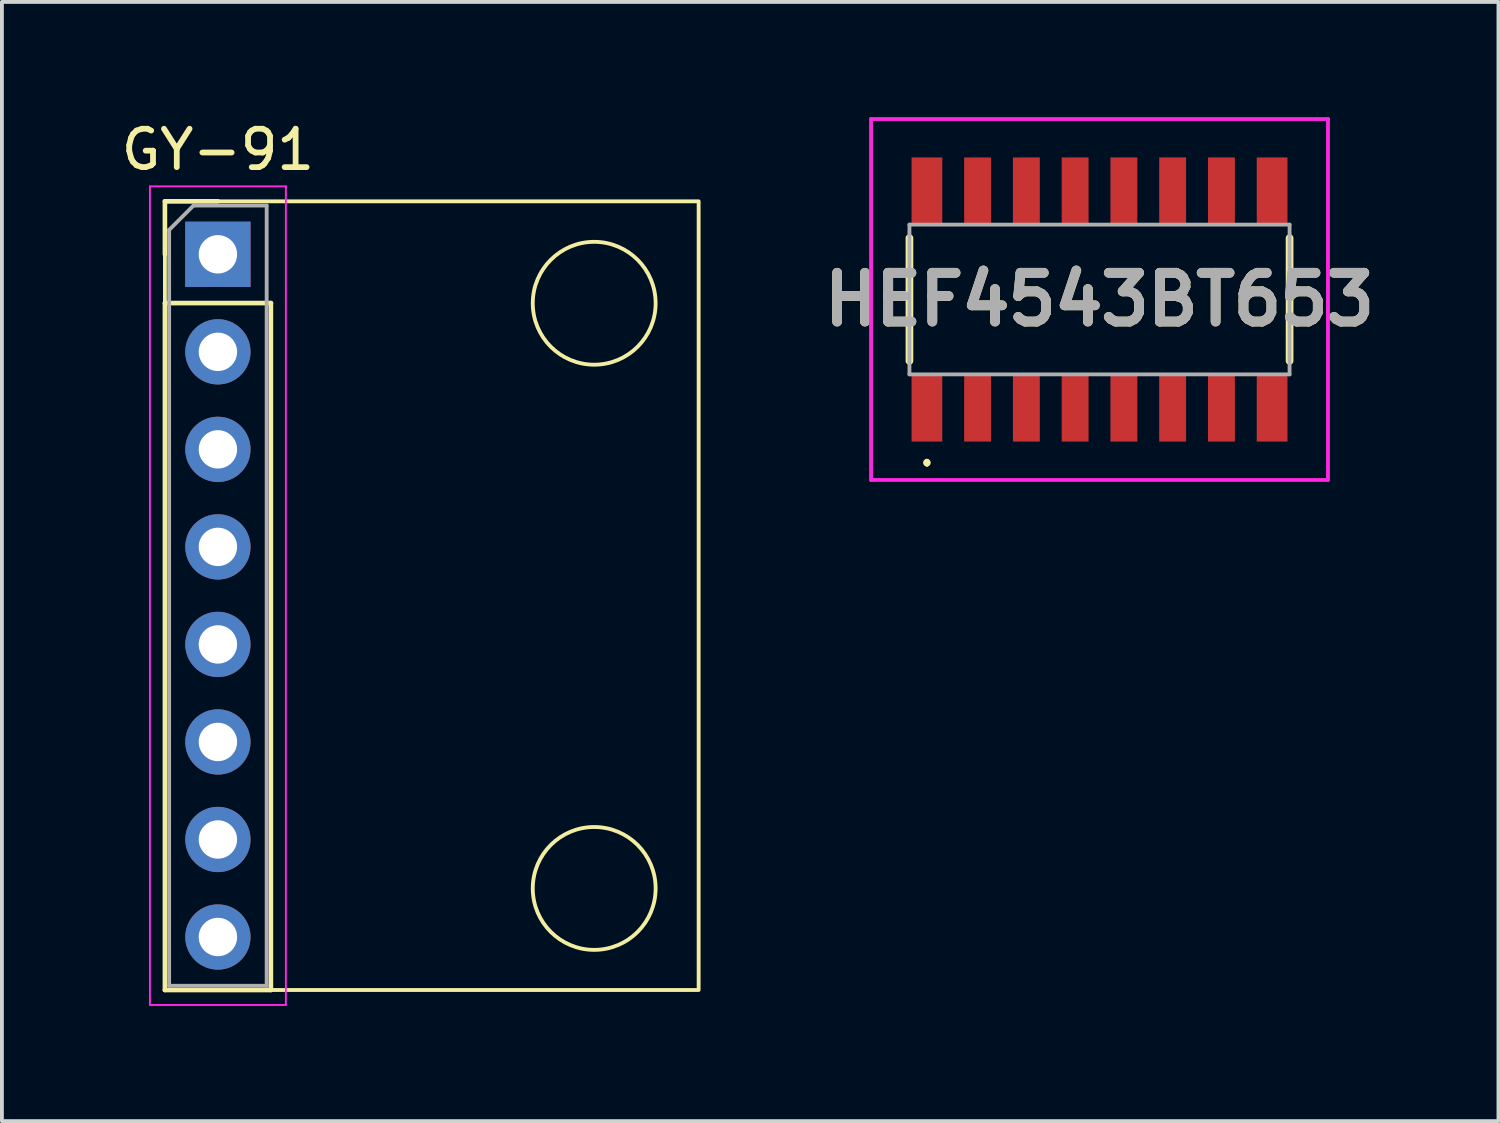
<source format=kicad_pcb>
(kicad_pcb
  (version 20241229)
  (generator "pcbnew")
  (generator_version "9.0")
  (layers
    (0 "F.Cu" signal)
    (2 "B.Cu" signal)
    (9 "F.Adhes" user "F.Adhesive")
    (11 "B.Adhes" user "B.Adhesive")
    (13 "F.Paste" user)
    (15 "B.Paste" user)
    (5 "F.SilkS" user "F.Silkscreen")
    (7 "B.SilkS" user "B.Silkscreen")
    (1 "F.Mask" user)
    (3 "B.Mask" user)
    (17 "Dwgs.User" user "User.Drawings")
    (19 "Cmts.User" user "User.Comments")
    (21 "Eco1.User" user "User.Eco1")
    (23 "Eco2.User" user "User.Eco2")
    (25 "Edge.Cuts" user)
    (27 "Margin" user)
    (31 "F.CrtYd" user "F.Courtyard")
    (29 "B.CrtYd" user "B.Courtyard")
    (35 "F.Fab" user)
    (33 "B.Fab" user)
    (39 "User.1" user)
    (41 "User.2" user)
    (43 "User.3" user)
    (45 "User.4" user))
  (footprint "HEF4543BT653"
    (layer "F.Cu")
    (at 25.585 4.75)
    (property "Reference" "HEF4543BT653" (at 0 0 0) (layer "F.SilkS") (effects (font (size 1.27 1.27) (thickness 0.254))))
    (attr smd)
    (fp_line (start -4.95 -1.6) (end -4.95 1.6) (stroke (width 0.2) (type solid)) (layer "F.SilkS"))
    (fp_line (start -4.495 4.2) (end -4.495 4.2) (stroke (width 0.1) (type solid)) (layer "F.SilkS"))
    (fp_line (start -4.495 4.3) (end -4.495 4.3) (stroke (width 0.1) (type solid)) (layer "F.SilkS"))
    (fp_line (start 4.95 -1.6) (end 4.95 1.6) (stroke (width 0.2) (type solid)) (layer "F.SilkS"))
    (fp_arc (start -4.495 4.2) (mid -4.445 4.25) (end -4.495 4.3) (stroke (width 0.1) (type solid)) (layer "F.SilkS"))
    (fp_arc (start -4.495 4.3) (mid -4.545 4.25) (end -4.495 4.2) (stroke (width 0.1) (type solid)) (layer "F.SilkS"))
    (fp_line (start -5.95 -4.7) (end 5.95 -4.7) (stroke (width 0.1) (type solid)) (layer "F.CrtYd"))
    (fp_line (start -5.95 4.7) (end -5.95 -4.7) (stroke (width 0.1) (type solid)) (layer "F.CrtYd"))
    (fp_line (start 5.95 -4.7) (end 5.95 4.7) (stroke (width 0.1) (type solid)) (layer "F.CrtYd"))
    (fp_line (start 5.95 4.7) (end -5.95 4.7) (stroke (width 0.1) (type solid)) (layer "F.CrtYd"))
    (fp_line (start -4.95 -1.95) (end 4.95 -1.95) (stroke (width 0.1) (type solid)) (layer "F.Fab"))
    (fp_line (start -4.95 1.95) (end -4.95 -1.95) (stroke (width 0.1) (type solid)) (layer "F.Fab"))
    (fp_line (start 4.95 -1.95) (end 4.95 1.95) (stroke (width 0.1) (type solid)) (layer "F.Fab"))
    (fp_line (start 4.95 1.95) (end -4.95 1.95) (stroke (width 0.1) (type solid)) (layer "F.Fab"))
    (fp_text user "${REFERENCE}" (at 0 0 0) (layer "F.Fab") (effects (font (size 1.27 1.27) (thickness 0.254))))
    (pad "1" smd rect (at -4.495 2.825) (size 0.8 1.75) (layers "F.Cu" "F.Mask" "F.Paste"))
    (pad "2" smd rect (at -3.175 2.825) (size 0.7 1.75) (layers "F.Cu" "F.Mask" "F.Paste"))
    (pad "3" smd rect (at -1.905 2.825) (size 0.7 1.75) (layers "F.Cu" "F.Mask" "F.Paste"))
    (pad "4" smd rect (at -0.635 2.825) (size 0.7 1.75) (layers "F.Cu" "F.Mask" "F.Paste"))
    (pad "5" smd rect (at 0.635 2.825) (size 0.7 1.75) (layers "F.Cu" "F.Mask" "F.Paste"))
    (pad "6" smd rect (at 1.905 2.825) (size 0.7 1.75) (layers "F.Cu" "F.Mask" "F.Paste"))
    (pad "7" smd rect (at 3.175 2.825) (size 0.7 1.75) (layers "F.Cu" "F.Mask" "F.Paste"))
    (pad "8" smd rect (at 4.495 2.825) (size 0.8 1.75) (layers "F.Cu" "F.Mask" "F.Paste"))
    (pad "9" smd rect (at 4.495 -2.825) (size 0.8 1.75) (layers "F.Cu" "F.Mask" "F.Paste"))
    (pad "10" smd rect (at 3.175 -2.825) (size 0.7 1.75) (layers "F.Cu" "F.Mask" "F.Paste"))
    (pad "11" smd rect (at 1.905 -2.825) (size 0.7 1.75) (layers "F.Cu" "F.Mask" "F.Paste"))
    (pad "12" smd rect (at 0.635 -2.825) (size 0.7 1.75) (layers "F.Cu" "F.Mask" "F.Paste"))
    (pad "13" smd rect (at -0.635 -2.825) (size 0.7 1.75) (layers "F.Cu" "F.Mask" "F.Paste"))
    (pad "14" smd rect (at -1.905 -2.825) (size 0.7 1.75) (layers "F.Cu" "F.Mask" "F.Paste"))
    (pad "15" smd rect (at -3.175 -2.825) (size 0.7 1.75) (layers "F.Cu" "F.Mask" "F.Paste"))
    (pad "16" smd rect (at -4.495 -2.825) (size 0.8 1.75) (layers "F.Cu" "F.Mask" "F.Paste")))
  (footprint "GY-91"
    (layer "F.Cu")
    (at 2.625 2.248)
    (property "Reference" "GY-91" (at 0 -1.4 0) (layer "F.SilkS") (effects (font (size 1 1) (thickness 0.15))))
    (attr through_hole)
    (fp_line (start -1.38 -0.055) (end 0 -0.055) (stroke (width 0.12) (type solid)) (layer "F.SilkS"))
    (fp_line (start -1.38 1.325) (end -1.38 -0.055) (stroke (width 0.12) (type solid)) (layer "F.SilkS"))
    (fp_line (start -1.38 2.595) (end -1.38 20.485) (stroke (width 0.12) (type solid)) (layer "F.SilkS"))
    (fp_line (start -1.38 2.595) (end 1.38 2.595) (stroke (width 0.12) (type solid)) (layer "F.SilkS"))
    (fp_line (start -1.38 20.485) (end 1.38 20.485) (stroke (width 0.12) (type solid)) (layer "F.SilkS"))
    (fp_line (start 1.38 2.595) (end 1.38 20.485) (stroke (width 0.12) (type solid)) (layer "F.SilkS"))
    (fp_rect (start -1.38 -0.055) (end 12.52 20.485) (stroke (width 0.1) (type solid)) (fill no) (layer "F.SilkS"))
    (fp_circle (center 9.8 2.6) (end 9.8 1) (stroke (width 0.1) (type default)) (fill no) (layer "F.SilkS"))
    (fp_circle (center 9.8 17.84) (end 9.8 16.24) (stroke (width 0.1) (type default)) (fill no) (layer "F.SilkS"))
    (fp_line (start -1.77 -0.445) (end -1.77 20.875) (stroke (width 0.05) (type solid)) (layer "F.CrtYd"))
    (fp_line (start -1.77 20.875) (end 1.77 20.875) (stroke (width 0.05) (type solid)) (layer "F.CrtYd"))
    (fp_line (start 1.77 -0.445) (end -1.77 -0.445) (stroke (width 0.05) (type solid)) (layer "F.CrtYd"))
    (fp_line (start 1.77 20.875) (end 1.77 -0.445) (stroke (width 0.05) (type solid)) (layer "F.CrtYd"))
    (fp_line (start -1.27 0.69) (end -0.635 0.055) (stroke (width 0.1) (type solid)) (layer "F.Fab"))
    (fp_line (start -1.27 20.375) (end -1.27 0.69) (stroke (width 0.1) (type solid)) (layer "F.Fab"))
    (fp_line (start -0.635 0.055) (end 1.27 0.055) (stroke (width 0.1) (type solid)) (layer "F.Fab"))
    (fp_line (start 1.27 0.055) (end 1.27 20.375) (stroke (width 0.1) (type solid)) (layer "F.Fab"))
    (fp_line (start 1.27 20.375) (end -1.27 20.375) (stroke (width 0.1) (type solid)) (layer "F.Fab"))
    (pad "1" thru_hole rect (at 0 1.325) (size 1.7 1.7) (drill 1) (layers "*.Cu" "*.Mask"))
    (pad "2" thru_hole circle (at 0 3.865) (size 1.7 1.7) (drill 1) (layers "*.Cu" "*.Mask"))
    (pad "3" thru_hole circle (at 0 6.405) (size 1.7 1.7) (drill 1) (layers "*.Cu" "*.Mask"))
    (pad "4" thru_hole circle (at 0 8.945) (size 1.7 1.7) (drill 1) (layers "*.Cu" "*.Mask"))
    (pad "5" thru_hole circle (at 0 11.485) (size 1.7 1.7) (drill 1) (layers "*.Cu" "*.Mask"))
    (pad "6" thru_hole circle (at 0 14.025) (size 1.7 1.7) (drill 1) (layers "*.Cu" "*.Mask"))
    (pad "7" thru_hole circle (at 0 16.565) (size 1.7 1.7) (drill 1) (layers "*.Cu" "*.Mask"))
    (pad "8" thru_hole circle (at 0 19.105) (size 1.7 1.7) (drill 1) (layers "*.Cu" "*.Mask")))
  (gr_rect
    (start -3 -3)
    (end 35.975 26.148)
    (stroke (width 0.1) (type default))
    (fill no)
    (layer "Edge.Cuts")))
</source>
